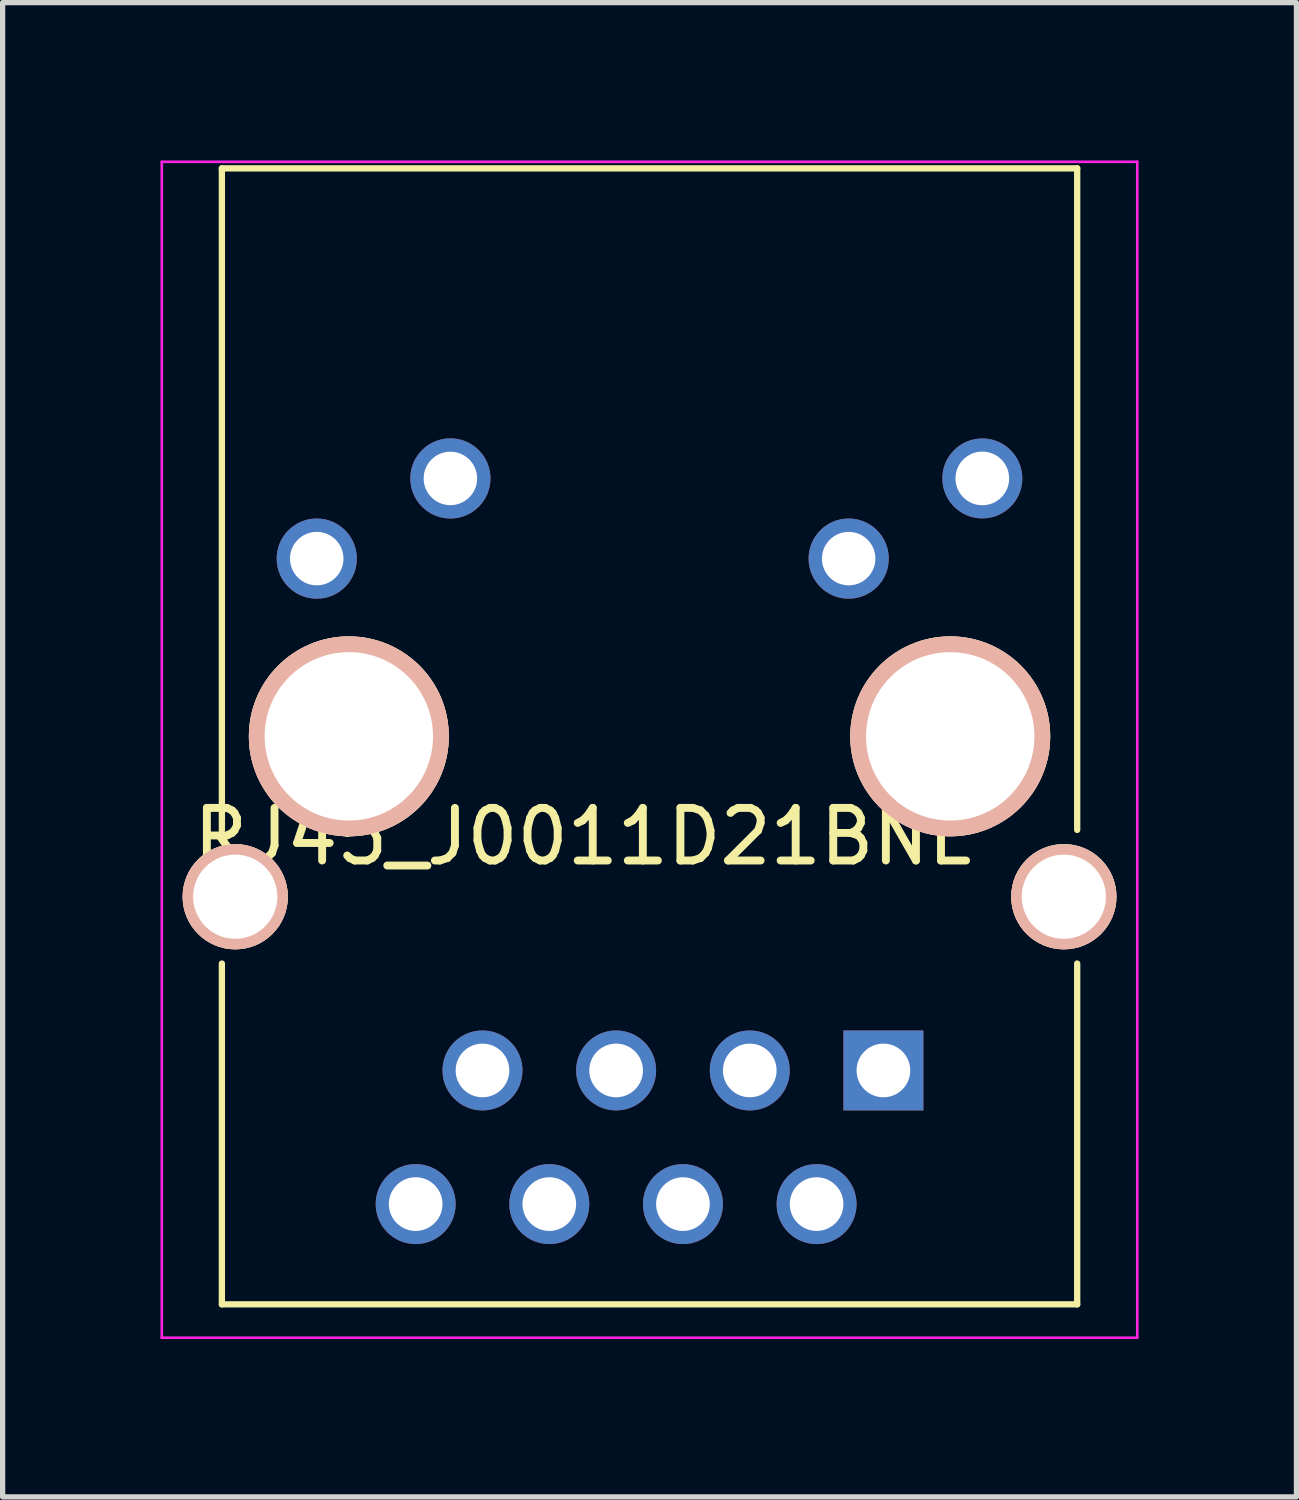
<source format=kicad_pcb>
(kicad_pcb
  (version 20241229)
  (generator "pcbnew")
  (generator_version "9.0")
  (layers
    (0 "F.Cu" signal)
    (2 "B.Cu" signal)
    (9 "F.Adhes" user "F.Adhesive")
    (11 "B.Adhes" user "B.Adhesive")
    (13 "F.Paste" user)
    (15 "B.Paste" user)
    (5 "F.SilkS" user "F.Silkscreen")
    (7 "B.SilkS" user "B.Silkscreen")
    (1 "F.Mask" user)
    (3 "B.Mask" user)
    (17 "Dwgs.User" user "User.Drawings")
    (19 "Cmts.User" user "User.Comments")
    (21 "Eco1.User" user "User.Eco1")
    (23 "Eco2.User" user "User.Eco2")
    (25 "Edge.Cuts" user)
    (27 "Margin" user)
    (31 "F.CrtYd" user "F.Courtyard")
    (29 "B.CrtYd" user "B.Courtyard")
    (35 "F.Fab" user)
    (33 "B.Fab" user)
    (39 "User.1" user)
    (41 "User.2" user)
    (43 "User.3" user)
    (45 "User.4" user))
  (footprint "RJ45_J0011D21BNL"
    (layer "F.Cu")
    (at 9.295 10.945)
    (property "Reference" "RJ45_J0011D21BNL" (at -1.27 1.905 0) (layer "F.SilkS") (effects (font (size 1 1) (thickness 0.15))))
    (attr through_hole)
    (fp_line (start -8.128 -10.795) (end -8.128 1.778) (stroke (width 0.12) (type solid)) (layer "F.SilkS"))
    (fp_line (start -8.128 -10.795) (end 8.128 -10.795) (stroke (width 0.12) (type solid)) (layer "F.SilkS"))
    (fp_line (start -8.128 4.318) (end -8.128 10.795) (stroke (width 0.12) (type solid)) (layer "F.SilkS"))
    (fp_line (start -8.128 10.795) (end 8.128 10.795) (stroke (width 0.12) (type solid)) (layer "F.SilkS"))
    (fp_line (start 8.128 -10.795) (end 8.128 1.778) (stroke (width 0.12) (type solid)) (layer "F.SilkS"))
    (fp_line (start 8.128 4.318) (end 8.128 10.795) (stroke (width 0.12) (type solid)) (layer "F.SilkS"))
    (fp_line (start -9.27 -10.92) (end -9.27 11.43) (stroke (width 0.05) (type solid)) (layer "F.CrtYd"))
    (fp_line (start -9.27 -10.92) (end 9.27 -10.92) (stroke (width 0.05) (type solid)) (layer "F.CrtYd"))
    (fp_line (start 9.27 -10.92) (end 9.27 11.43) (stroke (width 0.05) (type solid)) (layer "F.CrtYd"))
    (fp_line (start 9.27 11.43) (end -9.27 11.43) (stroke (width 0.05) (type solid)) (layer "F.CrtYd"))
    (pad "1" thru_hole rect (at 4.445 6.35 90) (size 1.52 1.52) (drill 1.02) (layers "*.Cu" "*.Mask"))
    (pad "2" thru_hole circle (at 3.175 8.89) (size 1.52 1.52) (drill 1.02) (layers "*.Cu" "*.Mask"))
    (pad "3" thru_hole circle (at 1.905 6.35) (size 1.52 1.52) (drill 1.02) (layers "*.Cu" "*.Mask"))
    (pad "4" thru_hole circle (at 0.635 8.89) (size 1.52 1.52) (drill 1.02) (layers "*.Cu" "*.Mask"))
    (pad "5" thru_hole circle (at -0.635 6.35) (size 1.52 1.52) (drill 1.02) (layers "*.Cu" "*.Mask"))
    (pad "6" thru_hole circle (at -1.905 8.89) (size 1.52 1.52) (drill 1.02) (layers "*.Cu" "*.Mask"))
    (pad "7" thru_hole circle (at -3.175 6.35) (size 1.52 1.52) (drill 1.02) (layers "*.Cu" "*.Mask"))
    (pad "8" thru_hole circle (at -4.445 8.89) (size 1.52 1.52) (drill 1.02) (layers "*.Cu" "*.Mask"))
    (pad "9" thru_hole circle (at 6.325 -4.902 180) (size 1.52 1.52) (drill 1.02) (layers "*.Cu" "*.Mask"))
    (pad "10" thru_hole circle (at 3.785 -3.378) (size 1.524 1.524) (drill 1.016) (layers "*.Cu" "*.Mask"))
    (pad "11" thru_hole circle (at -3.785 -4.902 90) (size 1.524 1.524) (drill 1.016) (layers "*.Cu" "*.Mask"))
    (pad "12" thru_hole circle (at -6.325 -3.378 90) (size 1.524 1.524) (drill 1.016) (layers "*.Cu" "*.Mask"))
    (pad "13" thru_hole circle (at -7.874 3.048) (size 2 2) (drill 1.6) (layers "*.Cu" "*.SilkS" "*.Mask"))
    (pad "14" thru_hole circle (at 7.874 3.048 180) (size 2 2) (drill 1.6) (layers "*.Cu" "*.SilkS" "*.Mask"))
    (pad "Hole" thru_hole circle (at -5.715 0 90) (size 3.8 3.8) (drill 3.2) (layers "*.Cu" "*.SilkS" "*.Mask"))
    (pad "Hole" thru_hole circle (at 5.715 0 90) (size 3.8 3.8) (drill 3.2) (layers "*.Cu" "*.SilkS" "*.Mask")))
  (gr_rect
    (start -3 -3)
    (end 21.59 25.4)
    (stroke (width 0.1) (type default))
    (fill no)
    (layer "Edge.Cuts")))
</source>
